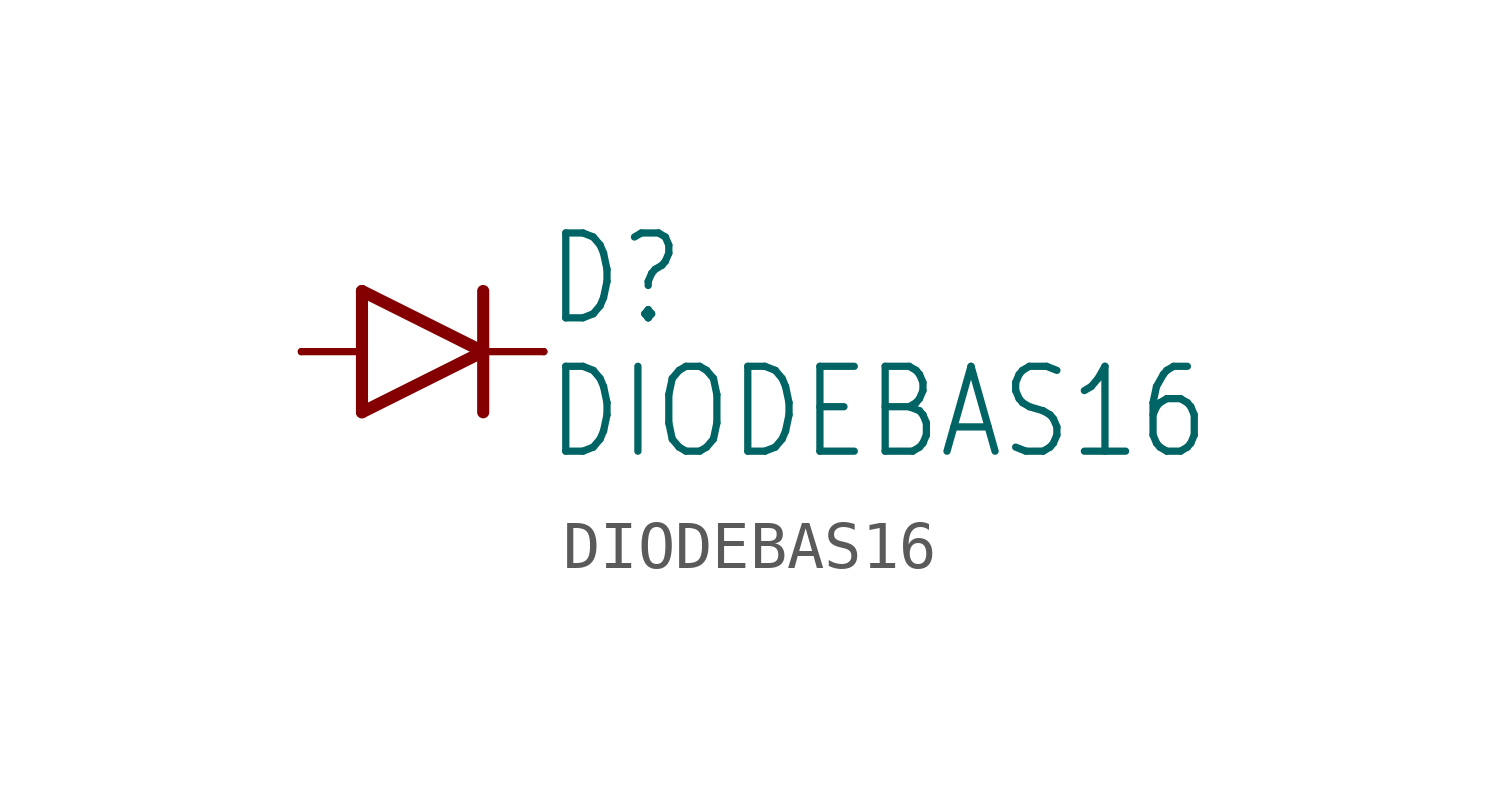
<source format=kicad_sym>
(kicad_symbol_lib
  (version 20220914)
  (generator kicad_symbol_editor)
  (symbol "DIODEBAS16"
    (property "Reference" "D"
      (at 2.54 0.483 0)
      (effects (font (size 1.778 1.511)) (justify left bottom)))
    (property "Value" "DIODEBAS16"
      (at 2.54 -2.311 0)
      (effects (font (size 1.778 1.511)) (justify left bottom)))
    (property "ki_locked" ""
      (at 0 0 0)
      (effects (font (size 1.27 1.27))))
    (symbol "DIODEBAS16_1_0"
      (polyline (pts (xy -2.54 0) (xy -1.27 0)) (stroke (width 0.152) (type default)) (fill (type none)))
      (polyline (pts (xy -1.27 -1.27) (xy 1.27 0)) (stroke (width 0.254) (type default)) (fill (type none)))
      (polyline (pts (xy -1.27 0) (xy -1.27 -1.27)) (stroke (width 0.254) (type default)) (fill (type none)))
      (polyline (pts (xy -1.27 1.27) (xy -1.27 0)) (stroke (width 0.254) (type default)) (fill (type none)))
      (polyline (pts (xy 1.27 0) (xy -1.27 1.27)) (stroke (width 0.254) (type default)) (fill (type none)))
      (polyline (pts (xy 1.27 0) (xy 1.27 -1.27)) (stroke (width 0.254) (type default)) (fill (type none)))
      (polyline (pts (xy 1.27 1.27) (xy 1.27 0)) (stroke (width 0.254) (type default)) (fill (type none)))
      (polyline (pts (xy 2.54 0) (xy 1.27 0)) (stroke (width 0.152) (type default)) (fill (type none)))
      (pin passive line (at -2.54 0 0) (length 0) (name "A" (effects (font (size 0 0)))) (number "A" (effects (font (size 0 0)))))
      (pin passive line (at 2.54 0 180) (length 0) (name "C" (effects (font (size 0 0)))) (number "C" (effects (font (size 0 0))))))))
</source>
